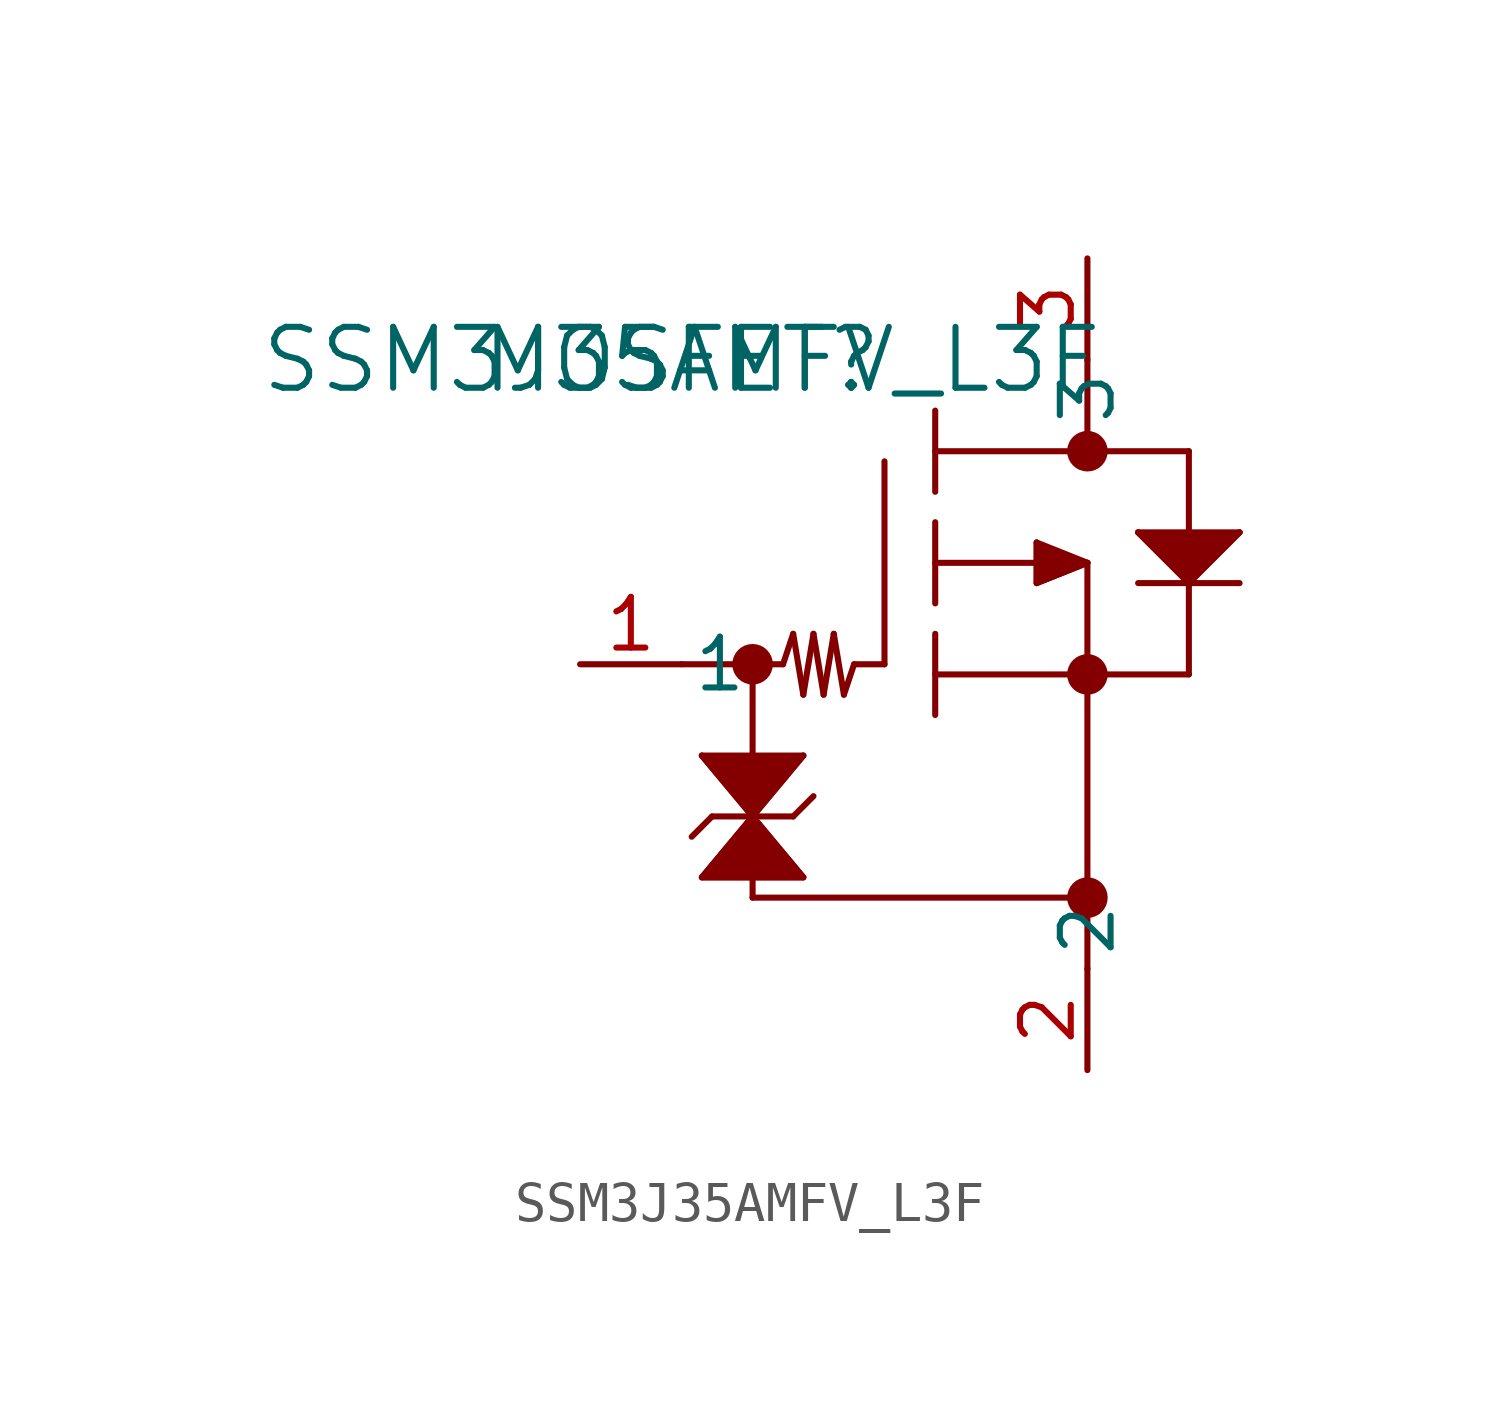
<source format=kicad_sym>
(kicad_symbol_lib
  (version 20211014)
  (generator kicad_symbol_editor)
  (symbol "SSM3J35AMFV_L3F"
    (pin_names
      (offset 0.254))
    (property "Reference" "MOSFET"
      (at 0 0 0)
      (effects (font (size 1.524 1.524))))
    (property "Value" "SSM3J35AMFV_L3F"
      (at 0 0 0)
      (effects (font (size 1.524 1.524))))
    (symbol "SSM3J35AMFV_L3F_0_1"
      (circle (center 1.778 -7.62) (radius 0.254) (stroke (width 0.508) (type default) (color 0 0 0 0)) (fill (type none)))
      (polyline (pts (xy 5.08 -7.62) (xy 5.08 -2.54)) (stroke (width 0.152) (type default) (color 0 0 0 0)) (fill (type none)))
      (polyline (pts (xy 6.35 -6.096) (xy 6.35 -4.064)) (stroke (width 0.152) (type default) (color 0 0 0 0)) (fill (type none)))
      (polyline (pts (xy 6.35 -3.302) (xy 6.35 -1.27)) (stroke (width 0.152) (type default) (color 0 0 0 0)) (fill (type none)))
      (polyline (pts (xy 6.35 -8.89) (xy 6.35 -6.858)) (stroke (width 0.152) (type default) (color 0 0 0 0)) (fill (type none)))
      (polyline (pts (xy 6.35 -7.874) (xy 12.7 -7.874)) (stroke (width 0.152) (type default) (color 0 0 0 0)) (fill (type none)))
      (polyline (pts (xy 6.35 -5.08) (xy 8.89 -5.08)) (stroke (width 0.152) (type default) (color 0 0 0 0)) (fill (type none)))
      (polyline (pts (xy 10.16 -5.08) (xy 10.16 -15.24)) (stroke (width 0.152) (type default) (color 0 0 0 0)) (fill (type none)))
      (polyline (pts (xy 12.7 -2.286) (xy 6.35 -2.286)) (stroke (width 0.152) (type default) (color 0 0 0 0)) (fill (type none)))
      (polyline (pts (xy 10.16 0) (xy 10.16 -2.286)) (stroke (width 0.152) (type default) (color 0 0 0 0)) (fill (type none)))
      (polyline (pts (xy 13.97 -5.588) (xy 11.43 -5.588)) (stroke (width 0.152) (type default) (color 0 0 0 0)) (fill (type none)))
      (polyline (pts (xy 12.7 -4.318) (xy 12.7 -2.286)) (stroke (width 0.152) (type default) (color 0 0 0 0)) (fill (type none)))
      (polyline (pts (xy 12.7 -7.874) (xy 12.7 -5.588)) (stroke (width 0.152) (type default) (color 0 0 0 0)) (fill (type none)))
      (polyline (pts (xy 5.08 -7.62) (xy 4.318 -7.62)) (stroke (width 0.152) (type default) (color 0 0 0 0)) (fill (type none)))
      (polyline (pts (xy 4.318 -7.62) (xy 4.064 -8.382)) (stroke (width 0.152) (type default) (color 0 0 0 0)) (fill (type none)))
      (polyline (pts (xy 4.064 -8.382) (xy 3.81 -6.858)) (stroke (width 0.152) (type default) (color 0 0 0 0)) (fill (type none)))
      (polyline (pts (xy 3.81 -6.858) (xy 3.556 -8.382)) (stroke (width 0.152) (type default) (color 0 0 0 0)) (fill (type none)))
      (polyline (pts (xy 3.556 -8.382) (xy 3.302 -6.858)) (stroke (width 0.152) (type default) (color 0 0 0 0)) (fill (type none)))
      (polyline (pts (xy 3.302 -6.858) (xy 3.048 -8.382)) (stroke (width 0.152) (type default) (color 0 0 0 0)) (fill (type none)))
      (polyline (pts (xy 3.048 -8.382) (xy 2.794 -6.858)) (stroke (width 0.152) (type default) (color 0 0 0 0)) (fill (type none)))
      (polyline (pts (xy 2.794 -6.858) (xy 2.54 -7.62)) (stroke (width 0.152) (type default) (color 0 0 0 0)) (fill (type none)))
      (polyline (pts (xy 0.762 -11.43) (xy 2.794 -11.43)) (stroke (width 0.152) (type default) (color 0 0 0 0)) (fill (type none)))
      (polyline (pts (xy 0.762 -11.43) (xy 0.254 -11.938)) (stroke (width 0.152) (type default) (color 0 0 0 0)) (fill (type none)))
      (polyline (pts (xy 2.794 -11.43) (xy 3.302 -10.922)) (stroke (width 0.152) (type default) (color 0 0 0 0)) (fill (type none)))
      (polyline (pts (xy 0 -7.62) (xy 2.54 -7.62)) (stroke (width 0.152) (type default) (color 0 0 0 0)) (fill (type none)))
      (polyline (pts (xy 1.778 -7.62) (xy 1.778 -13.462)) (stroke (width 0.152) (type default) (color 0 0 0 0)) (fill (type none)))
      (polyline (pts (xy 1.778 -13.462) (xy 10.16 -13.462)) (stroke (width 0.152) (type default) (color 0 0 0 0)) (fill (type none)))
      (circle (center 10.16 -2.286) (radius 0.254) (stroke (width 0.508) (type default) (color 0 0 0 0)) (fill (type none)))
      (circle (center 10.16 -7.874) (radius 0.254) (stroke (width 0.508) (type default) (color 0 0 0 0)) (fill (type none)))
      (circle (center 10.16 -13.462) (radius 0.254) (stroke (width 0.508) (type default) (color 0 0 0 0)) (fill (type none)))
      (polyline (pts (xy 0.508 -9.906) (xy 1.778 -11.43)) (stroke (width 0.152) (type default) (color 0 0 0 0)) (fill (type none)))
      (polyline (pts (xy 1.778 -11.43) (xy 0.508 -12.954)) (stroke (width 0.152) (type default) (color 0 0 0 0)) (fill (type none)))
      (polyline (pts (xy 0.508 -12.954) (xy 3.048 -12.954)) (stroke (width 0.152) (type default) (color 0 0 0 0)) (fill (type none)))
      (polyline (pts (xy 1.778 -11.43) (xy 3.048 -12.954)) (stroke (width 0.152) (type default) (color 0 0 0 0)) (fill (type none)))
      (polyline (pts (xy 1.778 -11.43) (xy 3.048 -9.906)) (stroke (width 0.152) (type default) (color 0 0 0 0)) (fill (type none)))
      (polyline (pts (xy 3.048 -9.906) (xy 0.508 -9.906)) (stroke (width 0.152) (type default) (color 0 0 0 0)) (fill (type none)))
      (polyline (pts (xy 11.43 -4.318) (xy 13.97 -4.318)) (stroke (width 0.152) (type default) (color 0 0 0 0)) (fill (type none)))
      (polyline (pts (xy 13.97 -4.318) (xy 12.7 -5.588)) (stroke (width 0.152) (type default) (color 0 0 0 0)) (fill (type none)))
      (polyline (pts (xy 11.43 -4.318) (xy 12.7 -5.588)) (stroke (width 0.152) (type default) (color 0 0 0 0)) (fill (type none)))
      (polyline (pts (xy 10.16 -5.08) (xy 8.89 -4.572)) (stroke (width 0.152) (type default) (color 0 0 0 0)) (fill (type none)))
      (polyline (pts (xy 8.89 -4.572) (xy 8.89 -5.588)) (stroke (width 0.152) (type default) (color 0 0 0 0)) (fill (type none)))
      (polyline (pts (xy 8.89 -5.588) (xy 10.16 -5.08)) (stroke (width 0.152) (type default) (color 0 0 0 0)) (fill (type none)))
      (polyline (pts (xy 0.508 -9.906) (xy 1.778 -11.43) (xy 0.508 -12.954) (xy 3.048 -12.954) (xy 1.778 -11.43) (xy 3.048 -9.906)) (stroke (width 0) (type default) (color 0 0 0 0)) (fill (type outline)))
      (polyline (pts (xy 8.89 -4.572) (xy 8.89 -5.588) (xy 10.16 -5.08)) (stroke (width 0) (type default) (color 0 0 0 0)) (fill (type outline)))
      (polyline (pts (xy 11.43 -4.318) (xy 12.7 -5.588) (xy 13.97 -4.318)) (stroke (width 0) (type default) (color 0 0 0 0)) (fill (type outline)))
      (pin unspecified line (at -2.54 -7.62 0) (length 2.54) (name "1" (effects (font (size 1.27 1.27)))) (number "1" (effects (font (size 1.27 1.27)))))
      (pin unspecified line (at 10.16 -17.78 90) (length 2.54) (name "2" (effects (font (size 1.27 1.27)))) (number "2" (effects (font (size 1.27 1.27)))))
      (pin unspecified line (at 10.16 2.54 270) (length 2.54) (name "3" (effects (font (size 1.27 1.27)))) (number "3" (effects (font (size 1.27 1.27))))))))
</source>
